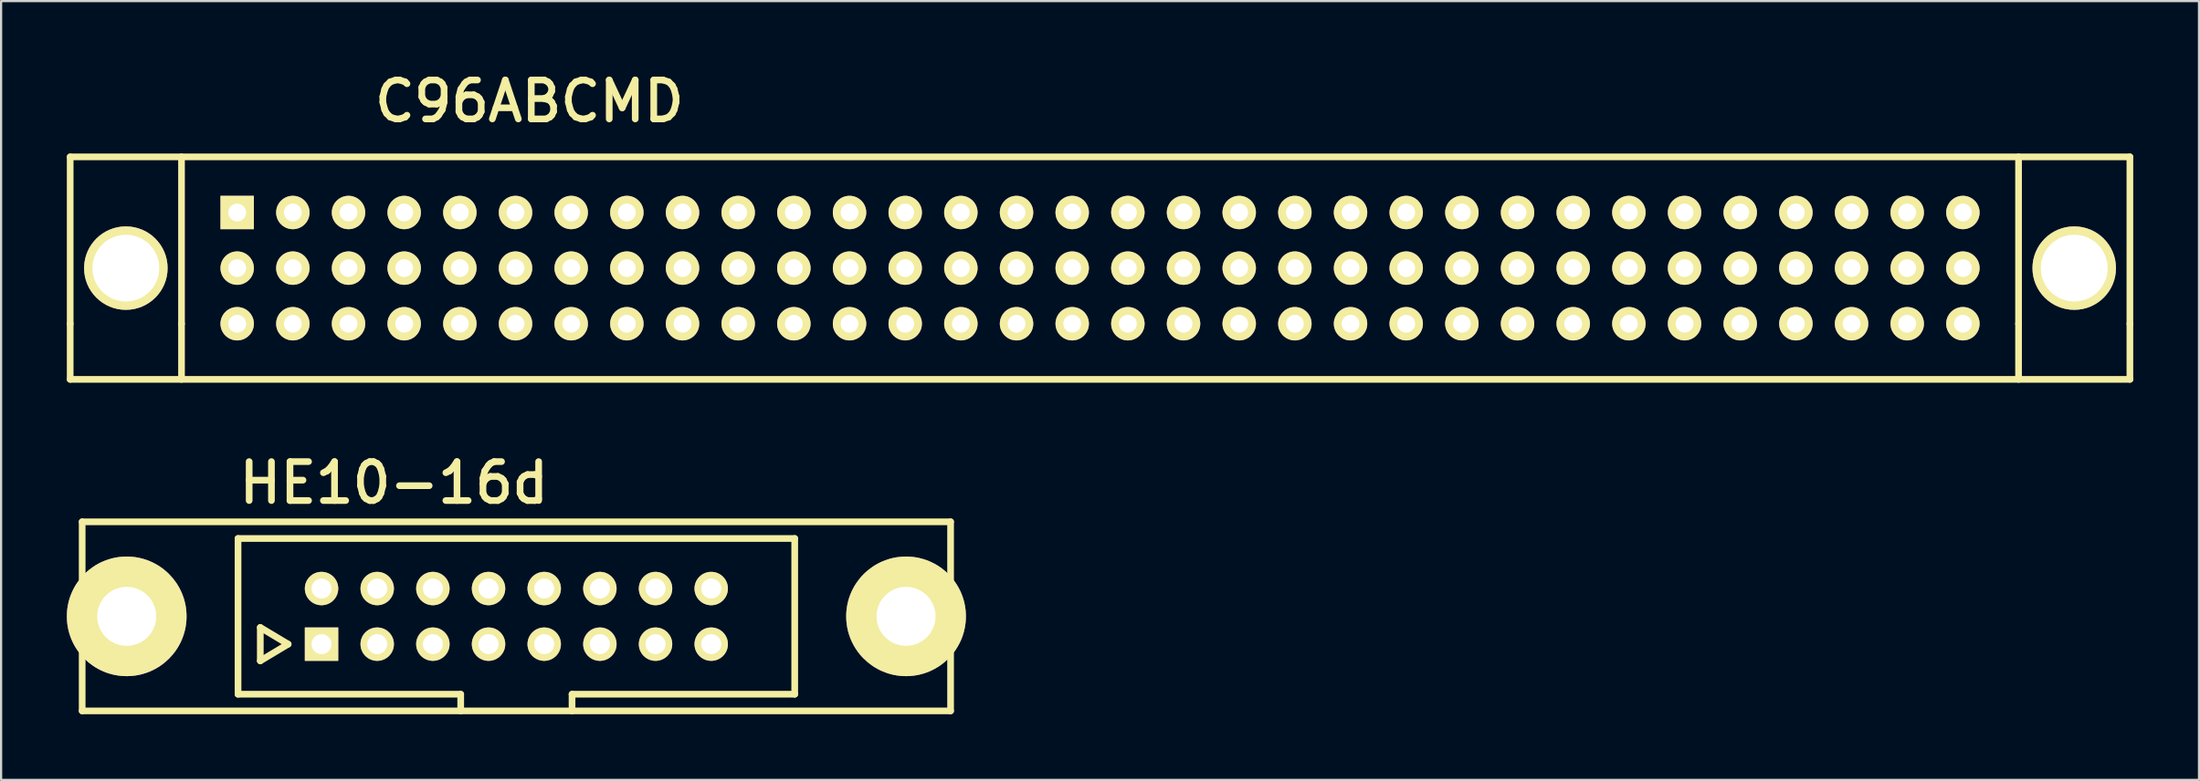
<source format=kicad_pcb>
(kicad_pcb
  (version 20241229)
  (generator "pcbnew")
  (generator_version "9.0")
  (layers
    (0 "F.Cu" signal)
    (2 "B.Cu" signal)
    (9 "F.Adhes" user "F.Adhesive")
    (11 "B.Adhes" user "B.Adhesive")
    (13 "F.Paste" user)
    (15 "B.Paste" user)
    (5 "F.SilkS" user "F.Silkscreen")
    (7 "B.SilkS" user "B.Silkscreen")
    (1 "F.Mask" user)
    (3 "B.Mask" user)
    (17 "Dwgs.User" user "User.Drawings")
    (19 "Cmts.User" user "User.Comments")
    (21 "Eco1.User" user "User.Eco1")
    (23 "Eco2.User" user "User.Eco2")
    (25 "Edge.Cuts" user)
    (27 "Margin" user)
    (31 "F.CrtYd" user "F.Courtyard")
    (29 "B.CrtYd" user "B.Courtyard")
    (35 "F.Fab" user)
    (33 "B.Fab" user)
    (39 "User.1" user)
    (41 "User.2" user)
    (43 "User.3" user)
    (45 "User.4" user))
  (footprint "HE10-16d"
    (layer "F.Cu")
    (at 20.511 25.099)
    (property "Reference" "HE10-16d" (at -5.588 -6.096 0) (layer "F.SilkS") (effects (font (size 1.778 1.778) (thickness 0.305))))
    (attr through_hole)
    (fp_line (start -19.812 -4.318) (end 19.812 -4.318) (stroke (width 0.305) (type solid)) (layer "F.SilkS"))
    (fp_line (start -19.812 4.318) (end -19.812 -4.318) (stroke (width 0.305) (type solid)) (layer "F.SilkS"))
    (fp_line (start -12.7 -3.556) (end 12.7 -3.556) (stroke (width 0.305) (type solid)) (layer "F.SilkS"))
    (fp_line (start -12.7 3.556) (end -12.7 -3.556) (stroke (width 0.305) (type solid)) (layer "F.SilkS"))
    (fp_line (start -11.684 0.508) (end -11.684 2.032) (stroke (width 0.305) (type solid)) (layer "F.SilkS"))
    (fp_line (start -11.684 2.032) (end -10.414 1.27) (stroke (width 0.305) (type solid)) (layer "F.SilkS"))
    (fp_line (start -10.414 1.27) (end -11.684 0.508) (stroke (width 0.305) (type solid)) (layer "F.SilkS"))
    (fp_line (start -2.54 3.556) (end -12.7 3.556) (stroke (width 0.305) (type solid)) (layer "F.SilkS"))
    (fp_line (start -2.54 4.318) (end -2.54 3.556) (stroke (width 0.305) (type solid)) (layer "F.SilkS"))
    (fp_line (start 2.54 3.556) (end 2.54 4.318) (stroke (width 0.305) (type solid)) (layer "F.SilkS"))
    (fp_line (start 12.7 -3.556) (end 12.7 3.556) (stroke (width 0.305) (type solid)) (layer "F.SilkS"))
    (fp_line (start 12.7 3.556) (end 2.54 3.556) (stroke (width 0.305) (type solid)) (layer "F.SilkS"))
    (fp_line (start 19.812 -4.318) (end 19.812 4.318) (stroke (width 0.305) (type solid)) (layer "F.SilkS"))
    (fp_line (start 19.812 4.318) (end -19.812 4.318) (stroke (width 0.305) (type solid)) (layer "F.SilkS"))
    (pad "0" thru_hole circle (at -17.78 0) (size 5.461 5.461) (drill 2.692) (layers "*.Cu" "*.Mask" "F.SilkS"))
    (pad "0" thru_hole circle (at 17.78 0) (size 5.461 5.461) (drill 2.692) (layers "*.Cu" "*.Mask" "F.SilkS"))
    (pad "1" thru_hole rect (at -8.89 1.27) (size 1.524 1.524) (drill 0.914) (layers "*.Cu" "*.Mask" "F.SilkS"))
    (pad "2" thru_hole circle (at -8.89 -1.27) (size 1.524 1.524) (drill 0.914) (layers "*.Cu" "*.Mask" "F.SilkS"))
    (pad "3" thru_hole circle (at -6.35 1.27) (size 1.524 1.524) (drill 0.914) (layers "*.Cu" "*.Mask" "F.SilkS"))
    (pad "4" thru_hole circle (at -6.35 -1.27) (size 1.524 1.524) (drill 0.914) (layers "*.Cu" "*.Mask" "F.SilkS"))
    (pad "5" thru_hole circle (at -3.81 1.27) (size 1.524 1.524) (drill 0.914) (layers "*.Cu" "*.Mask" "F.SilkS"))
    (pad "6" thru_hole circle (at -3.81 -1.27) (size 1.524 1.524) (drill 0.914) (layers "*.Cu" "*.Mask" "F.SilkS"))
    (pad "7" thru_hole circle (at -1.27 1.27) (size 1.524 1.524) (drill 0.914) (layers "*.Cu" "*.Mask" "F.SilkS"))
    (pad "8" thru_hole circle (at -1.27 -1.27) (size 1.524 1.524) (drill 0.914) (layers "*.Cu" "*.Mask" "F.SilkS"))
    (pad "9" thru_hole circle (at 1.27 1.27) (size 1.524 1.524) (drill 0.914) (layers "*.Cu" "*.Mask" "F.SilkS"))
    (pad "10" thru_hole circle (at 1.27 -1.27) (size 1.524 1.524) (drill 0.914) (layers "*.Cu" "*.Mask" "F.SilkS"))
    (pad "11" thru_hole circle (at 3.81 1.27) (size 1.524 1.524) (drill 0.914) (layers "*.Cu" "*.Mask" "F.SilkS"))
    (pad "12" thru_hole circle (at 3.81 -1.27) (size 1.524 1.524) (drill 0.914) (layers "*.Cu" "*.Mask" "F.SilkS"))
    (pad "13" thru_hole circle (at 6.35 1.27) (size 1.524 1.524) (drill 0.914) (layers "*.Cu" "*.Mask" "F.SilkS"))
    (pad "14" thru_hole circle (at 6.35 -1.27) (size 1.524 1.524) (drill 0.914) (layers "*.Cu" "*.Mask" "F.SilkS"))
    (pad "15" thru_hole circle (at 8.89 1.27) (size 1.524 1.524) (drill 0.914) (layers "*.Cu" "*.Mask" "F.SilkS"))
    (pad "16" thru_hole circle (at 8.89 -1.27) (size 1.524 1.524) (drill 0.914) (layers "*.Cu" "*.Mask" "F.SilkS")))
  (footprint "C96ABCMD"
    (layer "F.Cu")
    (at 47.142 9.195)
    (property "Reference" "C96ABCMD" (at -26.035 -7.62 0) (layer "F.SilkS") (effects (font (size 1.778 1.778) (thickness 0.305))))
    (attr through_hole)
    (fp_line (start -46.99 -5.08) (end 46.99 -5.08) (stroke (width 0.305) (type solid)) (layer "F.SilkS"))
    (fp_line (start -46.99 2.54) (end -46.99 -5.08) (stroke (width 0.305) (type solid)) (layer "F.SilkS"))
    (fp_line (start -46.99 2.54) (end -46.99 5.08) (stroke (width 0.305) (type solid)) (layer "F.SilkS"))
    (fp_line (start -46.99 5.08) (end 46.99 5.08) (stroke (width 0.305) (type solid)) (layer "F.SilkS"))
    (fp_line (start -41.91 2.54) (end -41.91 -5.08) (stroke (width 0.305) (type solid)) (layer "F.SilkS"))
    (fp_line (start -41.91 2.54) (end -41.91 5.08) (stroke (width 0.305) (type solid)) (layer "F.SilkS"))
    (fp_line (start 41.91 2.54) (end 41.91 -5.08) (stroke (width 0.305) (type solid)) (layer "F.SilkS"))
    (fp_line (start 41.91 5.08) (end 41.91 2.54) (stroke (width 0.305) (type solid)) (layer "F.SilkS"))
    (fp_line (start 46.99 -5.08) (end 46.99 2.54) (stroke (width 0.305) (type solid)) (layer "F.SilkS"))
    (fp_line (start 46.99 5.08) (end 46.99 2.54) (stroke (width 0.305) (type solid)) (layer "F.SilkS"))
    (pad "65" thru_hole circle (at -44.45 0) (size 3.81 3.81) (drill 3.048) (layers "*.Cu" "*.Mask" "F.SilkS"))
    (pad "66" thru_hole circle (at 44.45 0) (size 3.81 3.81) (drill 3.048) (layers "*.Cu" "*.Mask" "F.SilkS"))
    (pad "A1" thru_hole rect (at -39.37 -2.54) (size 1.524 1.524) (drill 0.813) (layers "*.Cu" "*.Mask" "F.SilkS"))
    (pad "A2" thru_hole circle (at -36.83 -2.54) (size 1.524 1.524) (drill 0.813) (layers "*.Cu" "*.Mask" "F.SilkS"))
    (pad "A3" thru_hole circle (at -34.29 -2.54) (size 1.524 1.524) (drill 0.813) (layers "*.Cu" "*.Mask" "F.SilkS"))
    (pad "A4" thru_hole circle (at -31.75 -2.54) (size 1.524 1.524) (drill 0.813) (layers "*.Cu" "*.Mask" "F.SilkS"))
    (pad "A5" thru_hole circle (at -29.21 -2.54) (size 1.524 1.524) (drill 0.813) (layers "*.Cu" "*.Mask" "F.SilkS"))
    (pad "A6" thru_hole circle (at -26.67 -2.54) (size 1.524 1.524) (drill 0.813) (layers "*.Cu" "*.Mask" "F.SilkS"))
    (pad "A7" thru_hole circle (at -24.13 -2.54) (size 1.524 1.524) (drill 0.813) (layers "*.Cu" "*.Mask" "F.SilkS"))
    (pad "A8" thru_hole circle (at -21.59 -2.54) (size 1.524 1.524) (drill 0.813) (layers "*.Cu" "*.Mask" "F.SilkS"))
    (pad "A9" thru_hole circle (at -19.05 -2.54) (size 1.524 1.524) (drill 0.813) (layers "*.Cu" "*.Mask" "F.SilkS"))
    (pad "A10" thru_hole circle (at -16.51 -2.54) (size 1.524 1.524) (drill 0.813) (layers "*.Cu" "*.Mask" "F.SilkS"))
    (pad "A11" thru_hole circle (at -13.97 -2.54) (size 1.524 1.524) (drill 0.813) (layers "*.Cu" "*.Mask" "F.SilkS"))
    (pad "A12" thru_hole circle (at -11.43 -2.54) (size 1.524 1.524) (drill 0.813) (layers "*.Cu" "*.Mask" "F.SilkS"))
    (pad "A13" thru_hole circle (at -8.89 -2.54) (size 1.524 1.524) (drill 0.813) (layers "*.Cu" "*.Mask" "F.SilkS"))
    (pad "A14" thru_hole circle (at -6.35 -2.54) (size 1.524 1.524) (drill 0.813) (layers "*.Cu" "*.Mask" "F.SilkS"))
    (pad "A15" thru_hole circle (at -3.81 -2.54) (size 1.524 1.524) (drill 0.813) (layers "*.Cu" "*.Mask" "F.SilkS"))
    (pad "A16" thru_hole circle (at -1.27 -2.54) (size 1.524 1.524) (drill 0.813) (layers "*.Cu" "*.Mask" "F.SilkS"))
    (pad "A17" thru_hole circle (at 1.27 -2.54) (size 1.524 1.524) (drill 0.813) (layers "*.Cu" "*.Mask" "F.SilkS"))
    (pad "A18" thru_hole circle (at 3.81 -2.54) (size 1.524 1.524) (drill 0.813) (layers "*.Cu" "*.Mask" "F.SilkS"))
    (pad "A19" thru_hole circle (at 6.35 -2.54) (size 1.524 1.524) (drill 0.813) (layers "*.Cu" "*.Mask" "F.SilkS"))
    (pad "A20" thru_hole circle (at 8.89 -2.54) (size 1.524 1.524) (drill 0.813) (layers "*.Cu" "*.Mask" "F.SilkS"))
    (pad "A21" thru_hole circle (at 11.43 -2.54) (size 1.524 1.524) (drill 0.813) (layers "*.Cu" "*.Mask" "F.SilkS"))
    (pad "A22" thru_hole circle (at 13.97 -2.54) (size 1.524 1.524) (drill 0.813) (layers "*.Cu" "*.Mask" "F.SilkS"))
    (pad "A23" thru_hole circle (at 16.51 -2.54) (size 1.524 1.524) (drill 0.813) (layers "*.Cu" "*.Mask" "F.SilkS"))
    (pad "A24" thru_hole circle (at 19.05 -2.54) (size 1.524 1.524) (drill 0.813) (layers "*.Cu" "*.Mask" "F.SilkS"))
    (pad "A25" thru_hole circle (at 21.59 -2.54) (size 1.524 1.524) (drill 0.813) (layers "*.Cu" "*.Mask" "F.SilkS"))
    (pad "A26" thru_hole circle (at 24.13 -2.54) (size 1.524 1.524) (drill 0.813) (layers "*.Cu" "*.Mask" "F.SilkS"))
    (pad "A27" thru_hole circle (at 26.67 -2.54) (size 1.524 1.524) (drill 0.813) (layers "*.Cu" "*.Mask" "F.SilkS"))
    (pad "A28" thru_hole circle (at 29.21 -2.54) (size 1.524 1.524) (drill 0.813) (layers "*.Cu" "*.Mask" "F.SilkS"))
    (pad "A29" thru_hole circle (at 31.75 -2.54) (size 1.524 1.524) (drill 0.813) (layers "*.Cu" "*.Mask" "F.SilkS"))
    (pad "A30" thru_hole circle (at 34.29 -2.54) (size 1.524 1.524) (drill 0.813) (layers "*.Cu" "*.Mask" "F.SilkS"))
    (pad "A31" thru_hole circle (at 36.83 -2.54) (size 1.524 1.524) (drill 0.813) (layers "*.Cu" "*.Mask" "F.SilkS"))
    (pad "A32" thru_hole circle (at 39.37 -2.54) (size 1.524 1.524) (drill 0.813) (layers "*.Cu" "*.Mask" "F.SilkS"))
    (pad "B1" thru_hole circle (at -39.37 0) (size 1.524 1.524) (drill 0.813) (layers "*.Cu" "*.Mask" "F.SilkS"))
    (pad "B2" thru_hole circle (at -36.83 0) (size 1.524 1.524) (drill 0.813) (layers "*.Cu" "*.Mask" "F.SilkS"))
    (pad "B3" thru_hole circle (at -34.29 0) (size 1.524 1.524) (drill 0.813) (layers "*.Cu" "*.Mask" "F.SilkS"))
    (pad "B4" thru_hole circle (at -31.75 0) (size 1.524 1.524) (drill 0.813) (layers "*.Cu" "*.Mask" "F.SilkS"))
    (pad "B5" thru_hole circle (at -29.21 0) (size 1.524 1.524) (drill 0.813) (layers "*.Cu" "*.Mask" "F.SilkS"))
    (pad "B6" thru_hole circle (at -26.67 0) (size 1.524 1.524) (drill 0.813) (layers "*.Cu" "*.Mask" "F.SilkS"))
    (pad "B7" thru_hole circle (at -24.13 0) (size 1.524 1.524) (drill 0.813) (layers "*.Cu" "*.Mask" "F.SilkS"))
    (pad "B8" thru_hole circle (at -21.59 0) (size 1.524 1.524) (drill 0.813) (layers "*.Cu" "*.Mask" "F.SilkS"))
    (pad "B9" thru_hole circle (at -19.05 0) (size 1.524 1.524) (drill 0.813) (layers "*.Cu" "*.Mask" "F.SilkS"))
    (pad "B10" thru_hole circle (at -16.51 0) (size 1.524 1.524) (drill 0.813) (layers "*.Cu" "*.Mask" "F.SilkS"))
    (pad "B11" thru_hole circle (at -13.97 0) (size 1.524 1.524) (drill 0.813) (layers "*.Cu" "*.Mask" "F.SilkS"))
    (pad "B12" thru_hole circle (at -11.43 0) (size 1.524 1.524) (drill 0.813) (layers "*.Cu" "*.Mask" "F.SilkS"))
    (pad "B13" thru_hole circle (at -8.89 0) (size 1.524 1.524) (drill 0.813) (layers "*.Cu" "*.Mask" "F.SilkS"))
    (pad "B14" thru_hole circle (at -6.35 0) (size 1.524 1.524) (drill 0.813) (layers "*.Cu" "*.Mask" "F.SilkS"))
    (pad "B15" thru_hole circle (at -3.81 0) (size 1.524 1.524) (drill 0.813) (layers "*.Cu" "*.Mask" "F.SilkS"))
    (pad "B16" thru_hole circle (at -1.27 0) (size 1.524 1.524) (drill 0.813) (layers "*.Cu" "*.Mask" "F.SilkS"))
    (pad "B17" thru_hole circle (at 1.27 0) (size 1.524 1.524) (drill 0.813) (layers "*.Cu" "*.Mask" "F.SilkS"))
    (pad "B18" thru_hole circle (at 3.81 0) (size 1.524 1.524) (drill 0.813) (layers "*.Cu" "*.Mask" "F.SilkS"))
    (pad "B19" thru_hole circle (at 6.35 0) (size 1.524 1.524) (drill 0.813) (layers "*.Cu" "*.Mask" "F.SilkS"))
    (pad "B20" thru_hole circle (at 8.89 0) (size 1.524 1.524) (drill 0.813) (layers "*.Cu" "*.Mask" "F.SilkS"))
    (pad "B21" thru_hole circle (at 11.43 0) (size 1.524 1.524) (drill 0.813) (layers "*.Cu" "*.Mask" "F.SilkS"))
    (pad "B22" thru_hole circle (at 13.97 0) (size 1.524 1.524) (drill 0.813) (layers "*.Cu" "*.Mask" "F.SilkS"))
    (pad "B23" thru_hole circle (at 16.51 0) (size 1.524 1.524) (drill 0.813) (layers "*.Cu" "*.Mask" "F.SilkS"))
    (pad "B24" thru_hole circle (at 19.05 0) (size 1.524 1.524) (drill 0.813) (layers "*.Cu" "*.Mask" "F.SilkS"))
    (pad "B25" thru_hole circle (at 21.59 0) (size 1.524 1.524) (drill 0.813) (layers "*.Cu" "*.Mask" "F.SilkS"))
    (pad "B26" thru_hole circle (at 24.13 0) (size 1.524 1.524) (drill 0.813) (layers "*.Cu" "*.Mask" "F.SilkS"))
    (pad "B27" thru_hole circle (at 26.67 0) (size 1.524 1.524) (drill 0.813) (layers "*.Cu" "*.Mask" "F.SilkS"))
    (pad "B28" thru_hole circle (at 29.21 0) (size 1.524 1.524) (drill 0.813) (layers "*.Cu" "*.Mask" "F.SilkS"))
    (pad "B29" thru_hole circle (at 31.75 0) (size 1.524 1.524) (drill 0.813) (layers "*.Cu" "*.Mask" "F.SilkS"))
    (pad "B30" thru_hole circle (at 34.29 0) (size 1.524 1.524) (drill 0.813) (layers "*.Cu" "*.Mask" "F.SilkS"))
    (pad "B31" thru_hole circle (at 36.83 0) (size 1.524 1.524) (drill 0.813) (layers "*.Cu" "*.Mask" "F.SilkS"))
    (pad "B32" thru_hole circle (at 39.37 0) (size 1.524 1.524) (drill 0.813) (layers "*.Cu" "*.Mask" "F.SilkS"))
    (pad "C1" thru_hole circle (at -39.37 2.54) (size 1.524 1.524) (drill 0.813) (layers "*.Cu" "*.Mask" "F.SilkS"))
    (pad "C2" thru_hole circle (at -36.83 2.54) (size 1.524 1.524) (drill 0.813) (layers "*.Cu" "*.Mask" "F.SilkS"))
    (pad "C3" thru_hole circle (at -34.29 2.54) (size 1.524 1.524) (drill 0.813) (layers "*.Cu" "*.Mask" "F.SilkS"))
    (pad "C4" thru_hole circle (at -31.75 2.54) (size 1.524 1.524) (drill 0.813) (layers "*.Cu" "*.Mask" "F.SilkS"))
    (pad "C5" thru_hole circle (at -29.21 2.54) (size 1.524 1.524) (drill 0.813) (layers "*.Cu" "*.Mask" "F.SilkS"))
    (pad "C6" thru_hole circle (at -26.67 2.54) (size 1.524 1.524) (drill 0.813) (layers "*.Cu" "*.Mask" "F.SilkS"))
    (pad "C7" thru_hole circle (at -24.13 2.54) (size 1.524 1.524) (drill 0.813) (layers "*.Cu" "*.Mask" "F.SilkS"))
    (pad "C8" thru_hole circle (at -21.59 2.54) (size 1.524 1.524) (drill 0.813) (layers "*.Cu" "*.Mask" "F.SilkS"))
    (pad "C9" thru_hole circle (at -19.05 2.54) (size 1.524 1.524) (drill 0.813) (layers "*.Cu" "*.Mask" "F.SilkS"))
    (pad "C10" thru_hole circle (at -16.51 2.54) (size 1.524 1.524) (drill 0.813) (layers "*.Cu" "*.Mask" "F.SilkS"))
    (pad "C11" thru_hole circle (at -13.97 2.54) (size 1.524 1.524) (drill 0.813) (layers "*.Cu" "*.Mask" "F.SilkS"))
    (pad "C12" thru_hole circle (at -11.43 2.54) (size 1.524 1.524) (drill 0.813) (layers "*.Cu" "*.Mask" "F.SilkS"))
    (pad "C13" thru_hole circle (at -8.89 2.54) (size 1.524 1.524) (drill 0.813) (layers "*.Cu" "*.Mask" "F.SilkS"))
    (pad "C14" thru_hole circle (at -6.35 2.54) (size 1.524 1.524) (drill 0.813) (layers "*.Cu" "*.Mask" "F.SilkS"))
    (pad "C15" thru_hole circle (at -3.81 2.54) (size 1.524 1.524) (drill 0.813) (layers "*.Cu" "*.Mask" "F.SilkS"))
    (pad "C16" thru_hole circle (at -1.27 2.54) (size 1.524 1.524) (drill 0.813) (layers "*.Cu" "*.Mask" "F.SilkS"))
    (pad "C17" thru_hole circle (at 1.27 2.54) (size 1.524 1.524) (drill 0.813) (layers "*.Cu" "*.Mask" "F.SilkS"))
    (pad "C18" thru_hole circle (at 3.81 2.54) (size 1.524 1.524) (drill 0.813) (layers "*.Cu" "*.Mask" "F.SilkS"))
    (pad "C19" thru_hole circle (at 6.35 2.54) (size 1.524 1.524) (drill 0.813) (layers "*.Cu" "*.Mask" "F.SilkS"))
    (pad "C20" thru_hole circle (at 8.89 2.54) (size 1.524 1.524) (drill 0.813) (layers "*.Cu" "*.Mask" "F.SilkS"))
    (pad "C21" thru_hole circle (at 11.43 2.54) (size 1.524 1.524) (drill 0.813) (layers "*.Cu" "*.Mask" "F.SilkS"))
    (pad "C22" thru_hole circle (at 13.97 2.54) (size 1.524 1.524) (drill 0.813) (layers "*.Cu" "*.Mask" "F.SilkS"))
    (pad "C23" thru_hole circle (at 16.51 2.54) (size 1.524 1.524) (drill 0.813) (layers "*.Cu" "*.Mask" "F.SilkS"))
    (pad "C24" thru_hole circle (at 19.05 2.54) (size 1.524 1.524) (drill 0.813) (layers "*.Cu" "*.Mask" "F.SilkS"))
    (pad "C25" thru_hole circle (at 21.59 2.54) (size 1.524 1.524) (drill 0.813) (layers "*.Cu" "*.Mask" "F.SilkS"))
    (pad "C26" thru_hole circle (at 24.13 2.54) (size 1.524 1.524) (drill 0.813) (layers "*.Cu" "*.Mask" "F.SilkS"))
    (pad "C27" thru_hole circle (at 26.67 2.54) (size 1.524 1.524) (drill 0.813) (layers "*.Cu" "*.Mask" "F.SilkS"))
    (pad "C28" thru_hole circle (at 29.21 2.54) (size 1.524 1.524) (drill 0.813) (layers "*.Cu" "*.Mask" "F.SilkS"))
    (pad "C29" thru_hole circle (at 31.75 2.54) (size 1.524 1.524) (drill 0.813) (layers "*.Cu" "*.Mask" "F.SilkS"))
    (pad "C30" thru_hole circle (at 34.29 2.54) (size 1.524 1.524) (drill 0.813) (layers "*.Cu" "*.Mask" "F.SilkS"))
    (pad "C31" thru_hole circle (at 36.83 2.54) (size 1.524 1.524) (drill 0.813) (layers "*.Cu" "*.Mask" "F.SilkS"))
    (pad "C32" thru_hole circle (at 39.37 2.54) (size 1.524 1.524) (drill 0.813) (layers "*.Cu" "*.Mask" "F.SilkS")))
  (gr_rect
    (start -3 -3)
    (end 97.285 32.569)
    (stroke (width 0.1) (type default))
    (fill no)
    (layer "Edge.Cuts")))
</source>
